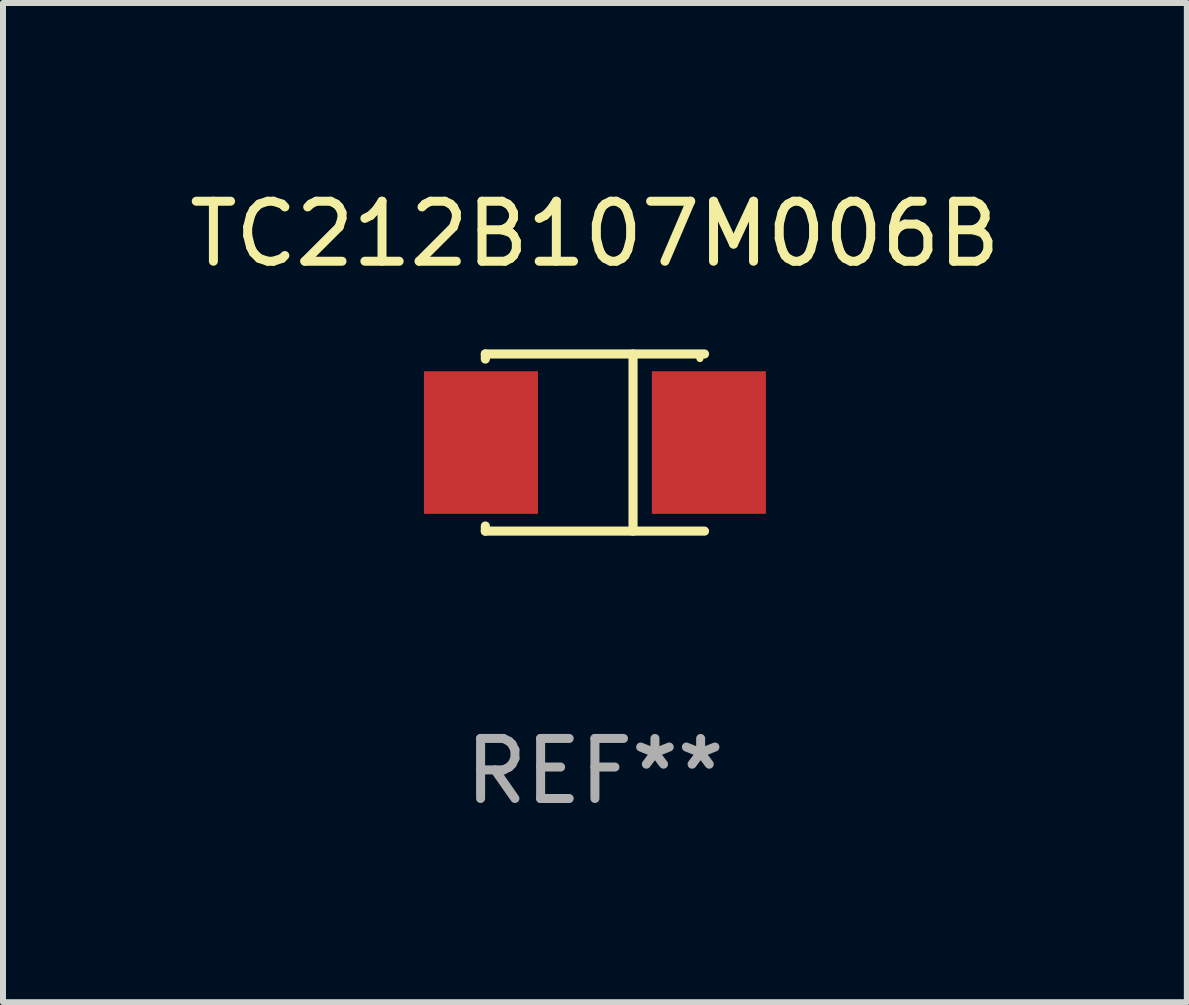
<source format=kicad_pcb>
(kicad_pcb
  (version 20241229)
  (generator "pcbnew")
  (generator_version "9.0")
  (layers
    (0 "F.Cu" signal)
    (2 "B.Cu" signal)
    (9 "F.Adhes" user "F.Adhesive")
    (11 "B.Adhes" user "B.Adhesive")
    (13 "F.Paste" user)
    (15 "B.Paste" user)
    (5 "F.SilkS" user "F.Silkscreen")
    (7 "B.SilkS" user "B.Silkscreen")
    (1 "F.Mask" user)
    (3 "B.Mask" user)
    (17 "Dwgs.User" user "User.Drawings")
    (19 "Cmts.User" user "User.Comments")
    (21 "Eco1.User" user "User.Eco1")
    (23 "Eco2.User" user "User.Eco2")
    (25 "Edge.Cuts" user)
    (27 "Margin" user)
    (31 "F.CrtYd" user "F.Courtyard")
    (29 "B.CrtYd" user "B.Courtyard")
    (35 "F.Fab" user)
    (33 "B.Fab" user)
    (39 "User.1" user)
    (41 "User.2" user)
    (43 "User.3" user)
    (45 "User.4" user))
  (footprint "TC212B107M006B"
    (layer "F.Cu")
    (at 6.863 4.324)
    (property "Reference" "TC212B107M006B" (at 0 -3.476 0) (layer "F.SilkS") (effects (font (size 1 1) (thickness 0.15))))
    (attr through_hole)
    (fp_line (start -1.826 -1.476) (end -1.826 -1.391) (stroke (width 0.152) (type solid)) (layer "F.SilkS"))
    (fp_line (start -1.826 -1.476) (end 1.826 -1.476) (stroke (width 0.152) (type solid)) (layer "F.SilkS"))
    (fp_line (start -1.826 1.476) (end -1.826 1.391) (stroke (width 0.152) (type solid)) (layer "F.SilkS"))
    (fp_line (start -1.826 1.476) (end 1.826 1.476) (stroke (width 0.152) (type solid)) (layer "F.SilkS"))
    (fp_line (start 0.635 -1.476) (end 0.635 1.476) (stroke (width 0.152) (type solid)) (layer "F.SilkS"))
    (fp_circle (center 1.75 -1.4) (end 1.78 -1.4) (stroke (width 0.06) (type solid)) (fill no) (layer "F.SilkS"))
    (fp_text user "REF**" (at 0 5.476 0) (layer "F.Fab") (effects (font (size 1 1) (thickness 0.15))))
    (pad "1" smd rect (at 1.899 0) (size 1.9 2.376) (layers "F.Cu" "F.Mask" "F.Paste"))
    (pad "2" smd rect (at -1.899 0) (size 1.9 2.376) (layers "F.Cu" "F.Mask" "F.Paste")))
  (gr_rect
    (start -3 -3)
    (end 16.726 13.649)
    (stroke (width 0.1) (type default))
    (fill no)
    (layer "Edge.Cuts")))
</source>
